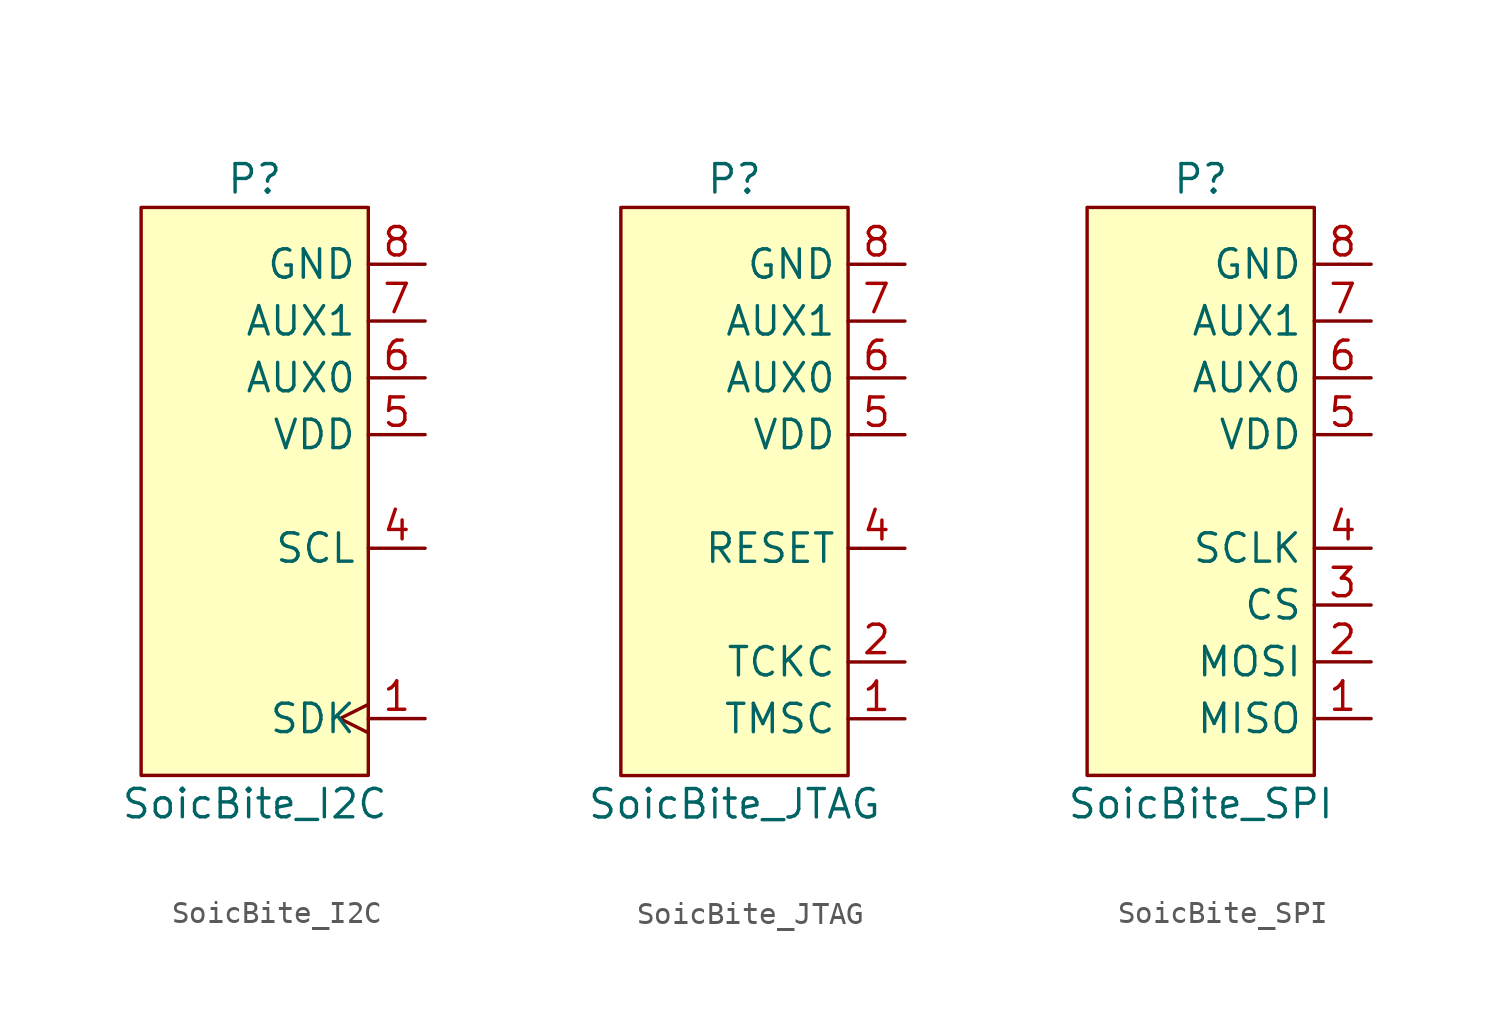
<source format=kicad_sym>
(kicad_symbol_lib
  (version 20211014)
  (generator kicad_symbol_editor)
  (symbol "SoicBite_I2C"
    (property "Reference" "P"
      (at 0 13.97 0)
      (effects (font (size 1.27 1.27))))
    (property "Value" "SoicBite_I2C"
      (at 0 -13.97 0)
      (effects (font (size 1.27 1.27))))
    (symbol "SoicBite_I2C_0_1"
      (rectangle (start -5.08 12.7) (end 5.08 -12.7) (stroke (width 0) (type default) (color 0 0 0 0)) (fill (type background))))
    (symbol "SoicBite_I2C_1_1"
      (pin tri_state clock (at 7.62 -10.16 180) (length 2.54) (name "SDK" (effects (font (size 1.27 1.27)))) (number "1" (effects (font (size 1.27 1.27)))))
      (pin no_connect line (at 7.62 -7.62 180) (length 2.54) hide (name "" (effects (font (size 1.27 1.27)))) (number "2" (effects (font (size 1.27 1.27)))))
      (pin no_connect line (at 7.62 -5.08 180) (length 2.54) hide (name "" (effects (font (size 1.27 1.27)))) (number "3" (effects (font (size 1.27 1.27)))))
      (pin tri_state line (at 7.62 -2.54 180) (length 2.54) (name "SCL" (effects (font (size 1.27 1.27)))) (number "4" (effects (font (size 1.27 1.27)))))
      (pin power_in line (at 7.62 2.54 180) (length 2.54) (name "VDD" (effects (font (size 1.27 1.27)))) (number "5" (effects (font (size 1.27 1.27)))))
      (pin tri_state line (at 7.62 5.08 180) (length 2.54) (name "AUX0" (effects (font (size 1.27 1.27)))) (number "6" (effects (font (size 1.27 1.27)))))
      (pin tri_state line (at 7.62 7.62 180) (length 2.54) (name "AUX1" (effects (font (size 1.27 1.27)))) (number "7" (effects (font (size 1.27 1.27)))))
      (pin passive line (at 7.62 10.16 180) (length 2.54) (name "GND" (effects (font (size 1.27 1.27)))) (number "8" (effects (font (size 1.27 1.27)))))))
  (symbol "SoicBite_JTAG"
    (property "Reference" "P"
      (at 0 13.97 0)
      (effects (font (size 1.27 1.27))))
    (property "Value" "SoicBite_JTAG"
      (at 0 -13.97 0)
      (effects (font (size 1.27 1.27))))
    (symbol "SoicBite_JTAG_0_1"
      (rectangle (start -5.08 12.7) (end 5.08 -12.7) (stroke (width 0) (type default) (color 0 0 0 0)) (fill (type background))))
    (symbol "SoicBite_JTAG_1_1"
      (pin tri_state line (at 7.62 -10.16 180) (length 2.54) (name "TMSC" (effects (font (size 1.27 1.27)))) (number "1" (effects (font (size 1.27 1.27)))))
      (pin tri_state line (at 7.62 -7.62 180) (length 2.54) (name "TCKC" (effects (font (size 1.27 1.27)))) (number "2" (effects (font (size 1.27 1.27)))))
      (pin no_connect line (at 7.62 -5.08 180) (length 2.54) hide (name "CS" (effects (font (size 1.27 1.27)))) (number "3" (effects (font (size 1.27 1.27)))))
      (pin tri_state line (at 7.62 -2.54 180) (length 2.54) (name "RESET" (effects (font (size 1.27 1.27)))) (number "4" (effects (font (size 1.27 1.27)))))
      (pin power_in line (at 7.62 2.54 180) (length 2.54) (name "VDD" (effects (font (size 1.27 1.27)))) (number "5" (effects (font (size 1.27 1.27)))))
      (pin tri_state line (at 7.62 5.08 180) (length 2.54) (name "AUX0" (effects (font (size 1.27 1.27)))) (number "6" (effects (font (size 1.27 1.27)))))
      (pin tri_state line (at 7.62 7.62 180) (length 2.54) (name "AUX1" (effects (font (size 1.27 1.27)))) (number "7" (effects (font (size 1.27 1.27)))))
      (pin passive line (at 7.62 10.16 180) (length 2.54) (name "GND" (effects (font (size 1.27 1.27)))) (number "8" (effects (font (size 1.27 1.27)))))))
  (symbol "SoicBite_SPI"
    (property "Reference" "P"
      (at 0 13.97 0)
      (effects (font (size 1.27 1.27))))
    (property "Value" "SoicBite_SPI"
      (at 0 -13.97 0)
      (effects (font (size 1.27 1.27))))
    (symbol "SoicBite_SPI_0_1"
      (rectangle (start -5.08 12.7) (end 5.08 -12.7) (stroke (width 0) (type default) (color 0 0 0 0)) (fill (type background))))
    (symbol "SoicBite_SPI_1_1"
      (pin tri_state line (at 7.62 -10.16 180) (length 2.54) (name "MISO" (effects (font (size 1.27 1.27)))) (number "1" (effects (font (size 1.27 1.27)))))
      (pin tri_state line (at 7.62 -7.62 180) (length 2.54) (name "MOSI" (effects (font (size 1.27 1.27)))) (number "2" (effects (font (size 1.27 1.27)))))
      (pin tri_state line (at 7.62 -5.08 180) (length 2.54) (name "CS" (effects (font (size 1.27 1.27)))) (number "3" (effects (font (size 1.27 1.27)))))
      (pin tri_state line (at 7.62 -2.54 180) (length 2.54) (name "SCLK" (effects (font (size 1.27 1.27)))) (number "4" (effects (font (size 1.27 1.27)))))
      (pin power_in line (at 7.62 2.54 180) (length 2.54) (name "VDD" (effects (font (size 1.27 1.27)))) (number "5" (effects (font (size 1.27 1.27)))))
      (pin tri_state line (at 7.62 5.08 180) (length 2.54) (name "AUX0" (effects (font (size 1.27 1.27)))) (number "6" (effects (font (size 1.27 1.27)))))
      (pin tri_state line (at 7.62 7.62 180) (length 2.54) (name "AUX1" (effects (font (size 1.27 1.27)))) (number "7" (effects (font (size 1.27 1.27)))))
      (pin passive line (at 7.62 10.16 180) (length 2.54) (name "GND" (effects (font (size 1.27 1.27)))) (number "8" (effects (font (size 1.27 1.27))))))))
</source>
